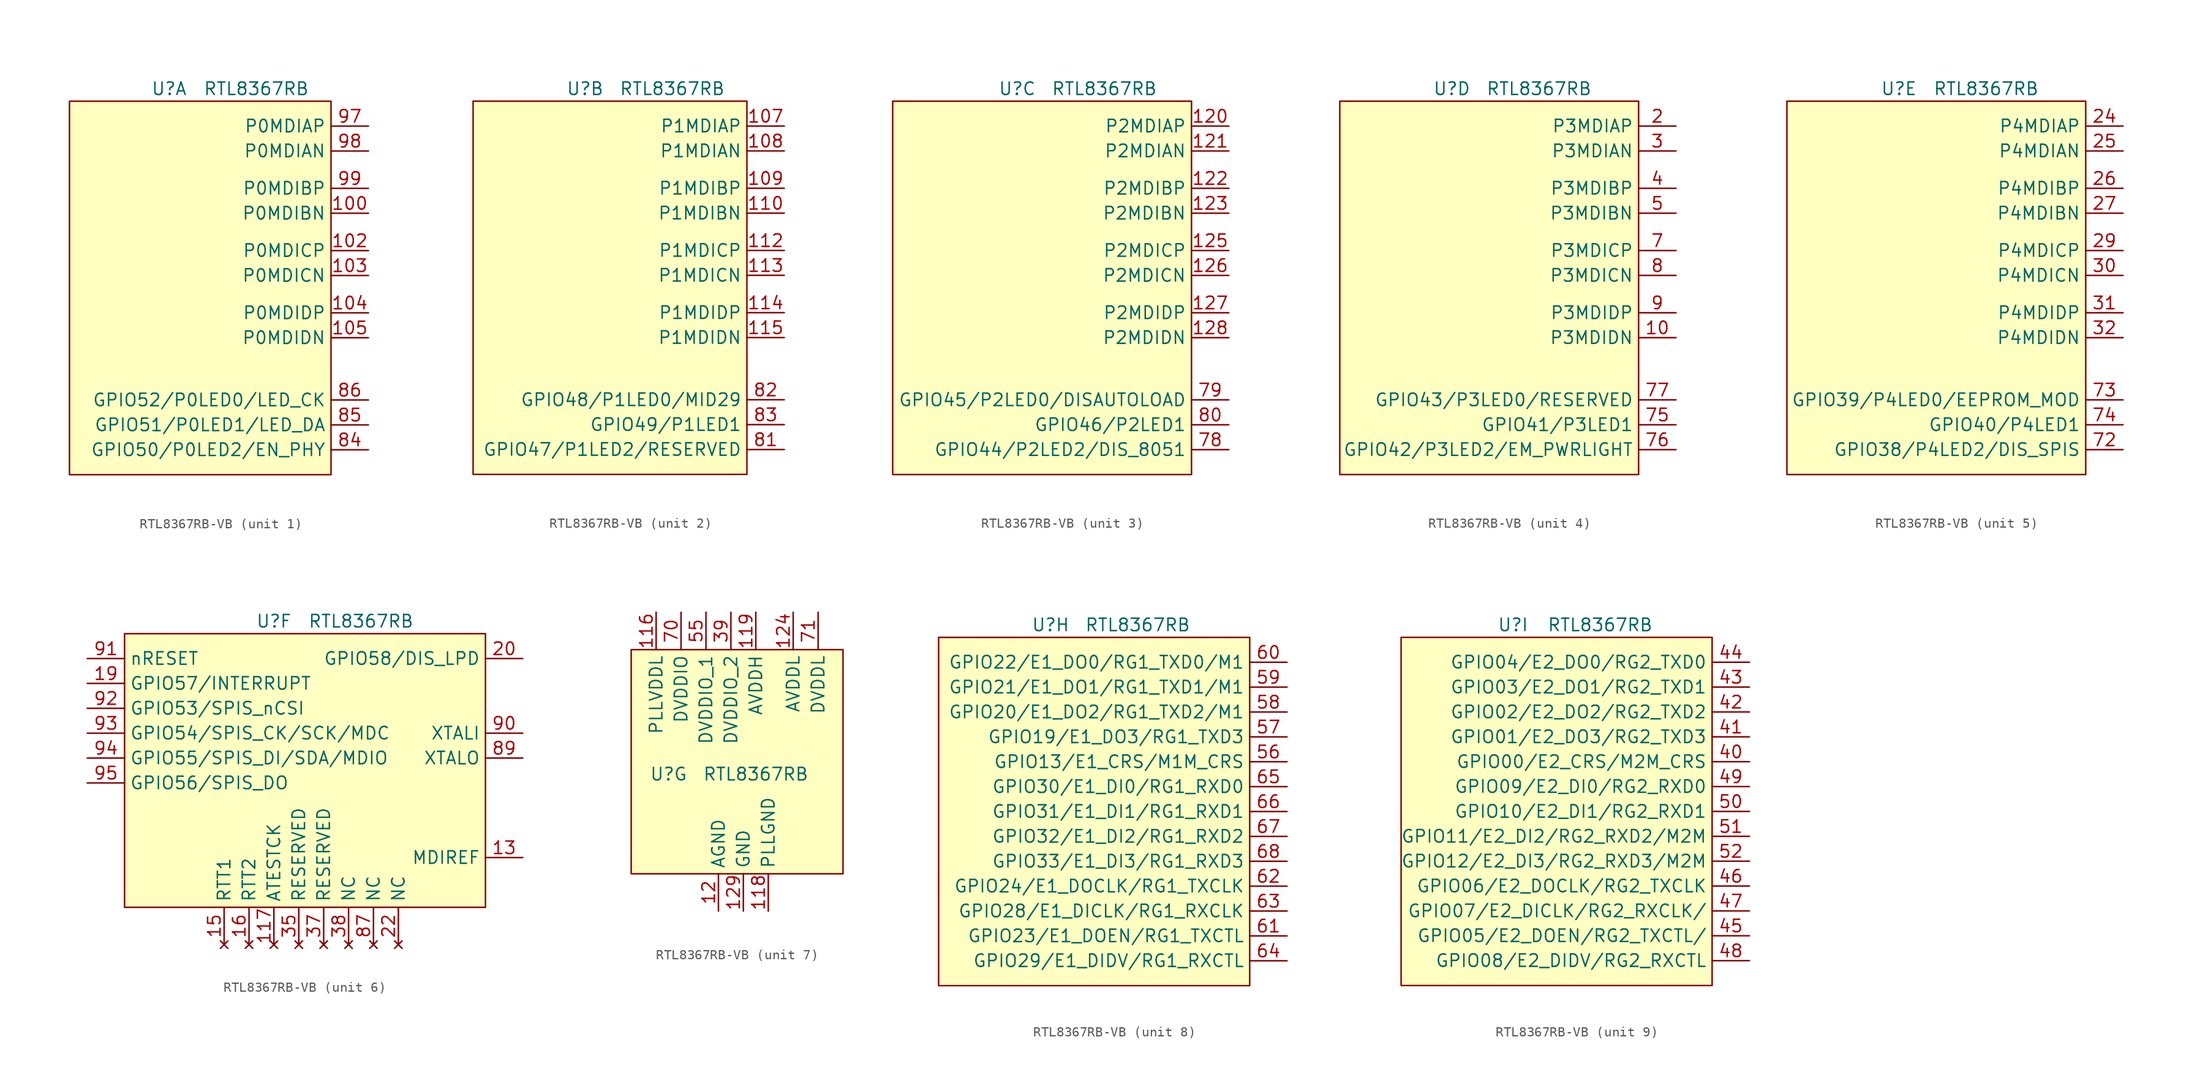
<source format=kicad_sym>
(kicad_symbol_lib
  (version 20220914)
  (generator kicad_symbol_editor)
  (symbol "RTL8367RB-VB"
    (property "Reference" "U"
      (at -3.81 19.05 0)
      (effects (font (size 1.27 1.27))))
    (property "Value" "RTL8367RB"
      (at 5.08 19.05 0)
      (effects (font (size 1.27 1.27))))
    (property "ki_locked" ""
      (at 0 0 0)
      (effects (font (size 1.27 1.27))))
    (symbol "RTL8367RB-VB_1_0"
      (pin bidirectional line (at 16.51 6.35 180) (length 3.81) (name "P0MDIBN" (effects (font (size 1.27 1.27)))) (number "100" (effects (font (size 1.27 1.27)))))
      (pin bidirectional line (at 16.51 2.54 180) (length 3.81) (name "P0MDICP" (effects (font (size 1.27 1.27)))) (number "102" (effects (font (size 1.27 1.27)))))
      (pin bidirectional line (at 16.51 0 180) (length 3.81) (name "P0MDICN" (effects (font (size 1.27 1.27)))) (number "103" (effects (font (size 1.27 1.27)))))
      (pin bidirectional line (at 16.51 -3.81 180) (length 3.81) (name "P0MDIDP" (effects (font (size 1.27 1.27)))) (number "104" (effects (font (size 1.27 1.27)))))
      (pin bidirectional line (at 16.51 -6.35 180) (length 3.81) (name "P0MDIDN" (effects (font (size 1.27 1.27)))) (number "105" (effects (font (size 1.27 1.27)))))
      (pin bidirectional line (at 16.51 -17.78 180) (length 3.81) (name "GPIO50/P0LED2/EN_PHY" (effects (font (size 1.27 1.27)))) (number "84" (effects (font (size 1.27 1.27)))))
      (pin bidirectional line (at 16.51 -15.24 180) (length 3.81) (name "GPIO51/P0LED1/LED_DA" (effects (font (size 1.27 1.27)))) (number "85" (effects (font (size 1.27 1.27)))))
      (pin bidirectional line (at 16.51 -12.7 180) (length 3.81) (name "GPIO52/P0LED0/LED_CK" (effects (font (size 1.27 1.27)))) (number "86" (effects (font (size 1.27 1.27)))))
      (pin bidirectional line (at 16.51 15.24 180) (length 3.81) (name "P0MDIAP" (effects (font (size 1.27 1.27)))) (number "97" (effects (font (size 1.27 1.27)))))
      (pin bidirectional line (at 16.51 12.7 180) (length 3.81) (name "P0MDIAN" (effects (font (size 1.27 1.27)))) (number "98" (effects (font (size 1.27 1.27)))))
      (pin bidirectional line (at 16.51 8.89 180) (length 3.81) (name "P0MDIBP" (effects (font (size 1.27 1.27)))) (number "99" (effects (font (size 1.27 1.27))))))
    (symbol "RTL8367RB-VB_1_1"
      (rectangle (start -13.97 17.78) (end 12.7 -20.32) (stroke (width 0) (type default)) (fill (type background))))
    (symbol "RTL8367RB-VB_2_0"
      (pin bidirectional line (at 16.51 15.24 180) (length 3.81) (name "P1MDIAP" (effects (font (size 1.27 1.27)))) (number "107" (effects (font (size 1.27 1.27)))))
      (pin bidirectional line (at 16.51 12.7 180) (length 3.81) (name "P1MDIAN" (effects (font (size 1.27 1.27)))) (number "108" (effects (font (size 1.27 1.27)))))
      (pin bidirectional line (at 16.51 8.89 180) (length 3.81) (name "P1MDIBP" (effects (font (size 1.27 1.27)))) (number "109" (effects (font (size 1.27 1.27)))))
      (pin bidirectional line (at 16.51 6.35 180) (length 3.81) (name "P1MDIBN" (effects (font (size 1.27 1.27)))) (number "110" (effects (font (size 1.27 1.27)))))
      (pin bidirectional line (at 16.51 2.54 180) (length 3.81) (name "P1MDICP" (effects (font (size 1.27 1.27)))) (number "112" (effects (font (size 1.27 1.27)))))
      (pin bidirectional line (at 16.51 0 180) (length 3.81) (name "P1MDICN" (effects (font (size 1.27 1.27)))) (number "113" (effects (font (size 1.27 1.27)))))
      (pin bidirectional line (at 16.51 -3.81 180) (length 3.81) (name "P1MDIDP" (effects (font (size 1.27 1.27)))) (number "114" (effects (font (size 1.27 1.27)))))
      (pin bidirectional line (at 16.51 -6.35 180) (length 3.81) (name "P1MDIDN" (effects (font (size 1.27 1.27)))) (number "115" (effects (font (size 1.27 1.27)))))
      (pin bidirectional line (at 16.51 -17.78 180) (length 3.81) (name "GPIO47/P1LED2/RESERVED" (effects (font (size 1.27 1.27)))) (number "81" (effects (font (size 1.27 1.27)))))
      (pin bidirectional line (at 16.51 -12.7 180) (length 3.81) (name "GPIO48/P1LED0/MID29" (effects (font (size 1.27 1.27)))) (number "82" (effects (font (size 1.27 1.27)))))
      (pin bidirectional line (at 16.51 -15.24 180) (length 3.81) (name "GPIO49/P1LED1" (effects (font (size 1.27 1.27)))) (number "83" (effects (font (size 1.27 1.27))))))
    (symbol "RTL8367RB-VB_2_1"
      (rectangle (start -15.24 17.78) (end 12.7 -20.32) (stroke (width 0) (type default)) (fill (type background))))
    (symbol "RTL8367RB-VB_3_0"
      (pin bidirectional line (at 17.78 15.24 180) (length 3.81) (name "P2MDIAP" (effects (font (size 1.27 1.27)))) (number "120" (effects (font (size 1.27 1.27)))))
      (pin bidirectional line (at 17.78 12.7 180) (length 3.81) (name "P2MDIAN" (effects (font (size 1.27 1.27)))) (number "121" (effects (font (size 1.27 1.27)))))
      (pin bidirectional line (at 17.78 8.89 180) (length 3.81) (name "P2MDIBP" (effects (font (size 1.27 1.27)))) (number "122" (effects (font (size 1.27 1.27)))))
      (pin bidirectional line (at 17.78 6.35 180) (length 3.81) (name "P2MDIBN" (effects (font (size 1.27 1.27)))) (number "123" (effects (font (size 1.27 1.27)))))
      (pin bidirectional line (at 17.78 2.54 180) (length 3.81) (name "P2MDICP" (effects (font (size 1.27 1.27)))) (number "125" (effects (font (size 1.27 1.27)))))
      (pin bidirectional line (at 17.78 0 180) (length 3.81) (name "P2MDICN" (effects (font (size 1.27 1.27)))) (number "126" (effects (font (size 1.27 1.27)))))
      (pin bidirectional line (at 17.78 -3.81 180) (length 3.81) (name "P2MDIDP" (effects (font (size 1.27 1.27)))) (number "127" (effects (font (size 1.27 1.27)))))
      (pin bidirectional line (at 17.78 -6.35 180) (length 3.81) (name "P2MDIDN" (effects (font (size 1.27 1.27)))) (number "128" (effects (font (size 1.27 1.27)))))
      (pin bidirectional line (at 17.78 -17.78 180) (length 3.81) (name "GPIO44/P2LED2/DIS_8051" (effects (font (size 1.27 1.27)))) (number "78" (effects (font (size 1.27 1.27)))))
      (pin bidirectional line (at 17.78 -12.7 180) (length 3.81) (name "GPIO45/P2LED0/DISAUTOLOAD" (effects (font (size 1.27 1.27)))) (number "79" (effects (font (size 1.27 1.27)))))
      (pin bidirectional line (at 17.78 -15.24 180) (length 3.81) (name "GPIO46/P2LED1" (effects (font (size 1.27 1.27)))) (number "80" (effects (font (size 1.27 1.27))))))
    (symbol "RTL8367RB-VB_3_1"
      (rectangle (start -16.51 17.78) (end 13.97 -20.32) (stroke (width 0) (type default)) (fill (type background))))
    (symbol "RTL8367RB-VB_4_0"
      (pin bidirectional line (at 19.05 -6.35 180) (length 3.81) (name "P3MDIDN" (effects (font (size 1.27 1.27)))) (number "10" (effects (font (size 1.27 1.27)))))
      (pin bidirectional line (at 19.05 15.24 180) (length 3.81) (name "P3MDIAP" (effects (font (size 1.27 1.27)))) (number "2" (effects (font (size 1.27 1.27)))))
      (pin bidirectional line (at 19.05 12.7 180) (length 3.81) (name "P3MDIAN" (effects (font (size 1.27 1.27)))) (number "3" (effects (font (size 1.27 1.27)))))
      (pin bidirectional line (at 19.05 8.89 180) (length 3.81) (name "P3MDIBP" (effects (font (size 1.27 1.27)))) (number "4" (effects (font (size 1.27 1.27)))))
      (pin bidirectional line (at 19.05 6.35 180) (length 3.81) (name "P3MDIBN" (effects (font (size 1.27 1.27)))) (number "5" (effects (font (size 1.27 1.27)))))
      (pin bidirectional line (at 19.05 2.54 180) (length 3.81) (name "P3MDICP" (effects (font (size 1.27 1.27)))) (number "7" (effects (font (size 1.27 1.27)))))
      (pin bidirectional line (at 19.05 -15.24 180) (length 3.81) (name "GPIO41/P3LED1" (effects (font (size 1.27 1.27)))) (number "75" (effects (font (size 1.27 1.27)))))
      (pin bidirectional line (at 19.05 -17.78 180) (length 3.81) (name "GPIO42/P3LED2/EM_PWRLIGHT" (effects (font (size 1.27 1.27)))) (number "76" (effects (font (size 1.27 1.27)))))
      (pin bidirectional line (at 19.05 -12.7 180) (length 3.81) (name "GPIO43/P3LED0/RESERVED" (effects (font (size 1.27 1.27)))) (number "77" (effects (font (size 1.27 1.27)))))
      (pin bidirectional line (at 19.05 0 180) (length 3.81) (name "P3MDICN" (effects (font (size 1.27 1.27)))) (number "8" (effects (font (size 1.27 1.27)))))
      (pin bidirectional line (at 19.05 -3.81 180) (length 3.81) (name "P3MDIDP" (effects (font (size 1.27 1.27)))) (number "9" (effects (font (size 1.27 1.27))))))
    (symbol "RTL8367RB-VB_4_1"
      (rectangle (start -15.24 17.78) (end 15.24 -20.32) (stroke (width 0) (type default)) (fill (type background))))
    (symbol "RTL8367RB-VB_5_0"
      (pin bidirectional line (at 19.05 15.24 180) (length 3.81) (name "P4MDIAP" (effects (font (size 1.27 1.27)))) (number "24" (effects (font (size 1.27 1.27)))))
      (pin bidirectional line (at 19.05 12.7 180) (length 3.81) (name "P4MDIAN" (effects (font (size 1.27 1.27)))) (number "25" (effects (font (size 1.27 1.27)))))
      (pin bidirectional line (at 19.05 8.89 180) (length 3.81) (name "P4MDIBP" (effects (font (size 1.27 1.27)))) (number "26" (effects (font (size 1.27 1.27)))))
      (pin bidirectional line (at 19.05 6.35 180) (length 3.81) (name "P4MDIBN" (effects (font (size 1.27 1.27)))) (number "27" (effects (font (size 1.27 1.27)))))
      (pin bidirectional line (at 19.05 2.54 180) (length 3.81) (name "P4MDICP" (effects (font (size 1.27 1.27)))) (number "29" (effects (font (size 1.27 1.27)))))
      (pin bidirectional line (at 19.05 0 180) (length 3.81) (name "P4MDICN" (effects (font (size 1.27 1.27)))) (number "30" (effects (font (size 1.27 1.27)))))
      (pin bidirectional line (at 19.05 -3.81 180) (length 3.81) (name "P4MDIDP" (effects (font (size 1.27 1.27)))) (number "31" (effects (font (size 1.27 1.27)))))
      (pin bidirectional line (at 19.05 -6.35 180) (length 3.81) (name "P4MDIDN" (effects (font (size 1.27 1.27)))) (number "32" (effects (font (size 1.27 1.27)))))
      (pin bidirectional line (at 19.05 -17.78 180) (length 3.81) (name "GPIO38/P4LED2/DIS_SPIS" (effects (font (size 1.27 1.27)))) (number "72" (effects (font (size 1.27 1.27)))))
      (pin bidirectional line (at 19.05 -12.7 180) (length 3.81) (name "GPIO39/P4LED0/EEPROM_MOD" (effects (font (size 1.27 1.27)))) (number "73" (effects (font (size 1.27 1.27)))))
      (pin bidirectional line (at 19.05 -15.24 180) (length 3.81) (name "GPIO40/P4LED1" (effects (font (size 1.27 1.27)))) (number "74" (effects (font (size 1.27 1.27))))))
    (symbol "RTL8367RB-VB_5_1"
      (rectangle (start -15.24 17.78) (end 15.24 -20.32) (stroke (width 0) (type default)) (fill (type background))))
    (symbol "RTL8367RB-VB_6_0"
      (pin no_connect line (at -3.81 -13.97 90) (length 3.81) (name "ATESTCK" (effects (font (size 1.27 1.27)))) (number "117" (effects (font (size 1.27 1.27)))))
      (pin input line (at 21.59 -5.08 180) (length 3.81) (name "MDIREF" (effects (font (size 1.27 1.27)))) (number "13" (effects (font (size 1.27 1.27)))))
      (pin no_connect line (at -8.89 -13.97 90) (length 3.81) (name "RTT1" (effects (font (size 1.27 1.27)))) (number "15" (effects (font (size 1.27 1.27)))))
      (pin no_connect line (at -6.35 -13.97 90) (length 3.81) (name "RTT2" (effects (font (size 1.27 1.27)))) (number "16" (effects (font (size 1.27 1.27)))))
      (pin bidirectional line (at -22.86 12.7 0) (length 3.81) (name "GPIO57/INTERRUPT" (effects (font (size 1.27 1.27)))) (number "19" (effects (font (size 1.27 1.27)))))
      (pin bidirectional line (at 21.59 15.24 180) (length 3.81) (name "GPIO58/DIS_LPD" (effects (font (size 1.27 1.27)))) (number "20" (effects (font (size 1.27 1.27)))))
      (pin no_connect line (at 8.89 -13.97 90) (length 3.81) (name "NC" (effects (font (size 1.27 1.27)))) (number "22" (effects (font (size 1.27 1.27)))))
      (pin no_connect line (at -1.27 -13.97 90) (length 3.81) (name "RESERVED" (effects (font (size 1.27 1.27)))) (number "35" (effects (font (size 1.27 1.27)))))
      (pin no_connect line (at 1.27 -13.97 90) (length 3.81) (name "RESERVED" (effects (font (size 1.27 1.27)))) (number "37" (effects (font (size 1.27 1.27)))))
      (pin no_connect line (at 3.81 -13.97 90) (length 3.81) (name "NC" (effects (font (size 1.27 1.27)))) (number "38" (effects (font (size 1.27 1.27)))))
      (pin no_connect line (at 6.35 -13.97 90) (length 3.81) (name "NC" (effects (font (size 1.27 1.27)))) (number "87" (effects (font (size 1.27 1.27)))))
      (pin output line (at 21.59 5.08 180) (length 3.81) (name "XTALO" (effects (font (size 1.27 1.27)))) (number "89" (effects (font (size 1.27 1.27)))))
      (pin input line (at 21.59 7.62 180) (length 3.81) (name "XTALI" (effects (font (size 1.27 1.27)))) (number "90" (effects (font (size 1.27 1.27)))))
      (pin input line (at -22.86 15.24 0) (length 3.81) (name "nRESET" (effects (font (size 1.27 1.27)))) (number "91" (effects (font (size 1.27 1.27)))))
      (pin bidirectional line (at -22.86 10.16 0) (length 3.81) (name "GPIO53/SPIS_nCSI" (effects (font (size 1.27 1.27)))) (number "92" (effects (font (size 1.27 1.27)))))
      (pin bidirectional line (at -22.86 7.62 0) (length 3.81) (name "GPIO54/SPIS_CK/SCK/MDC" (effects (font (size 1.27 1.27)))) (number "93" (effects (font (size 1.27 1.27)))))
      (pin bidirectional line (at -22.86 5.08 0) (length 3.81) (name "GPIO55/SPIS_DI/SDA/MDIO" (effects (font (size 1.27 1.27)))) (number "94" (effects (font (size 1.27 1.27)))))
      (pin bidirectional line (at -22.86 2.54 0) (length 3.81) (name "GPIO56/SPIS_DO" (effects (font (size 1.27 1.27)))) (number "95" (effects (font (size 1.27 1.27))))))
    (symbol "RTL8367RB-VB_6_1"
      (rectangle (start -19.05 17.78) (end 17.78 -10.16) (stroke (width 0) (type default)) (fill (type background))))
    (symbol "RTL8367RB-VB_7_0"
      (pin power_in line (at 5.08 35.56 270) (length 3.81) hide (name "AVDDH" (effects (font (size 1.27 1.27)))) (number "1" (effects (font (size 1.27 1.27)))))
      (pin power_in line (at 8.89 35.56 270) (length 3.81) hide (name "AVDDL" (effects (font (size 1.27 1.27)))) (number "101" (effects (font (size 1.27 1.27)))))
      (pin power_in line (at 5.08 35.56 270) (length 3.81) hide (name "AVDDH" (effects (font (size 1.27 1.27)))) (number "106" (effects (font (size 1.27 1.27)))))
      (pin power_in line (at 5.08 35.56 270) (length 3.81) hide (name "AVDDH" (effects (font (size 1.27 1.27)))) (number "11" (effects (font (size 1.27 1.27)))))
      (pin power_in line (at 8.89 35.56 270) (length 3.81) hide (name "AVDDL" (effects (font (size 1.27 1.27)))) (number "111" (effects (font (size 1.27 1.27)))))
      (pin power_in line (at -5.08 35.56 270) (length 3.81) (name "PLLVDDL" (effects (font (size 1.27 1.27)))) (number "116" (effects (font (size 1.27 1.27)))))
      (pin power_in line (at 6.35 5.08 90) (length 3.81) (name "PLLGND" (effects (font (size 1.27 1.27)))) (number "118" (effects (font (size 1.27 1.27)))))
      (pin power_in line (at 5.08 35.56 270) (length 3.81) (name "AVDDH" (effects (font (size 1.27 1.27)))) (number "119" (effects (font (size 1.27 1.27)))))
      (pin power_in line (at 1.27 5.08 90) (length 3.81) (name "AGND" (effects (font (size 1.27 1.27)))) (number "12" (effects (font (size 1.27 1.27)))))
      (pin power_in line (at 8.89 35.56 270) (length 3.81) (name "AVDDL" (effects (font (size 1.27 1.27)))) (number "124" (effects (font (size 1.27 1.27)))))
      (pin power_in line (at 3.81 5.08 90) (length 3.81) (name "GND" (effects (font (size 1.27 1.27)))) (number "129" (effects (font (size 1.27 1.27)))))
      (pin power_in line (at 8.89 35.56 270) (length 3.81) hide (name "AVDDL" (effects (font (size 1.27 1.27)))) (number "14" (effects (font (size 1.27 1.27)))))
      (pin power_in line (at 5.08 35.56 270) (length 3.81) hide (name "AVDDH" (effects (font (size 1.27 1.27)))) (number "17" (effects (font (size 1.27 1.27)))))
      (pin power_in line (at -2.54 35.56 270) (length 3.81) hide (name "DVDDIO" (effects (font (size 1.27 1.27)))) (number "18" (effects (font (size 1.27 1.27)))))
      (pin power_in line (at 11.43 35.56 270) (length 3.81) hide (name "DVDDL" (effects (font (size 1.27 1.27)))) (number "21" (effects (font (size 1.27 1.27)))))
      (pin power_in line (at 5.08 35.56 270) (length 3.81) hide (name "AVDDH" (effects (font (size 1.27 1.27)))) (number "23" (effects (font (size 1.27 1.27)))))
      (pin power_in line (at 8.89 35.56 270) (length 3.81) hide (name "AVDDL" (effects (font (size 1.27 1.27)))) (number "28" (effects (font (size 1.27 1.27)))))
      (pin power_in line (at 5.08 35.56 270) (length 3.81) hide (name "AVDDH" (effects (font (size 1.27 1.27)))) (number "33" (effects (font (size 1.27 1.27)))))
      (pin power_in line (at 8.89 35.56 270) (length 3.81) hide (name "AVDDL" (effects (font (size 1.27 1.27)))) (number "34" (effects (font (size 1.27 1.27)))))
      (pin power_in line (at 5.08 35.56 270) (length 3.81) hide (name "AVDDH" (effects (font (size 1.27 1.27)))) (number "36" (effects (font (size 1.27 1.27)))))
      (pin power_in line (at 2.54 35.56 270) (length 3.81) (name "DVDDIO_2" (effects (font (size 1.27 1.27)))) (number "39" (effects (font (size 1.27 1.27)))))
      (pin power_in line (at 11.43 35.56 270) (length 3.81) hide (name "DVDDL" (effects (font (size 1.27 1.27)))) (number "53" (effects (font (size 1.27 1.27)))))
      (pin power_in line (at 2.54 35.56 270) (length 3.81) hide (name "DVDDIO_2" (effects (font (size 1.27 1.27)))) (number "54" (effects (font (size 1.27 1.27)))))
      (pin power_in line (at 0 35.56 270) (length 3.81) (name "DVDDIO_1" (effects (font (size 1.27 1.27)))) (number "55" (effects (font (size 1.27 1.27)))))
      (pin power_in line (at 8.89 35.56 270) (length 3.81) hide (name "AVDDL" (effects (font (size 1.27 1.27)))) (number "6" (effects (font (size 1.27 1.27)))))
      (pin power_in line (at 0 35.56 270) (length 3.81) hide (name "DVDDIO_1" (effects (font (size 1.27 1.27)))) (number "69" (effects (font (size 1.27 1.27)))))
      (pin power_in line (at -2.54 35.56 270) (length 3.81) (name "DVDDIO" (effects (font (size 1.27 1.27)))) (number "70" (effects (font (size 1.27 1.27)))))
      (pin power_in line (at 11.43 35.56 270) (length 3.81) (name "DVDDL" (effects (font (size 1.27 1.27)))) (number "71" (effects (font (size 1.27 1.27)))))
      (pin power_in line (at 5.08 35.56 270) (length 3.81) hide (name "AVDDH" (effects (font (size 1.27 1.27)))) (number "88" (effects (font (size 1.27 1.27)))))
      (pin power_in line (at 5.08 35.56 270) (length 3.81) hide (name "AVDDH" (effects (font (size 1.27 1.27)))) (number "96" (effects (font (size 1.27 1.27))))))
    (symbol "RTL8367RB-VB_7_1"
      (rectangle (start -7.62 31.75) (end 13.97 8.89) (stroke (width 0) (type default)) (fill (type background))))
    (symbol "RTL8367RB-VB_8_0"
      (pin bidirectional line (at 20.32 5.08 180) (length 3.81) (name "GPIO13/E1_CRS/M1M_CRS" (effects (font (size 1.27 1.27)))) (number "56" (effects (font (size 1.27 1.27)))))
      (pin bidirectional line (at 20.32 7.62 180) (length 3.81) (name "GPIO19/E1_DO3/RG1_TXD3" (effects (font (size 1.27 1.27)))) (number "57" (effects (font (size 1.27 1.27)))))
      (pin bidirectional line (at 20.32 10.16 180) (length 3.81) (name "GPIO20/E1_DO2/RG1_TXD2/M1" (effects (font (size 1.27 1.27)))) (number "58" (effects (font (size 1.27 1.27)))))
      (pin bidirectional line (at 20.32 12.7 180) (length 3.81) (name "GPIO21/E1_DO1/RG1_TXD1/M1" (effects (font (size 1.27 1.27)))) (number "59" (effects (font (size 1.27 1.27)))))
      (pin bidirectional line (at 20.32 15.24 180) (length 3.81) (name "GPIO22/E1_DO0/RG1_TXD0/M1" (effects (font (size 1.27 1.27)))) (number "60" (effects (font (size 1.27 1.27)))))
      (pin bidirectional line (at 20.32 -12.7 180) (length 3.81) (name "GPIO23/E1_DOEN/RG1_TXCTL" (effects (font (size 1.27 1.27)))) (number "61" (effects (font (size 1.27 1.27)))))
      (pin bidirectional line (at 20.32 -7.62 180) (length 3.81) (name "GPIO24/E1_DOCLK/RG1_TXCLK" (effects (font (size 1.27 1.27)))) (number "62" (effects (font (size 1.27 1.27)))))
      (pin bidirectional line (at 20.32 -10.16 180) (length 3.81) (name "GPIO28/E1_DICLK/RG1_RXCLK" (effects (font (size 1.27 1.27)))) (number "63" (effects (font (size 1.27 1.27)))))
      (pin bidirectional line (at 20.32 -15.24 180) (length 3.81) (name "GPIO29/E1_DIDV/RG1_RXCTL" (effects (font (size 1.27 1.27)))) (number "64" (effects (font (size 1.27 1.27)))))
      (pin bidirectional line (at 20.32 2.54 180) (length 3.81) (name "GPIO30/E1_DI0/RG1_RXD0" (effects (font (size 1.27 1.27)))) (number "65" (effects (font (size 1.27 1.27)))))
      (pin bidirectional line (at 20.32 0 180) (length 3.81) (name "GPIO31/E1_DI1/RG1_RXD1" (effects (font (size 1.27 1.27)))) (number "66" (effects (font (size 1.27 1.27)))))
      (pin bidirectional line (at 20.32 -2.54 180) (length 3.81) (name "GPIO32/E1_DI2/RG1_RXD2" (effects (font (size 1.27 1.27)))) (number "67" (effects (font (size 1.27 1.27)))))
      (pin bidirectional line (at 20.32 -5.08 180) (length 3.81) (name "GPIO33/E1_DI3/RG1_RXD3" (effects (font (size 1.27 1.27)))) (number "68" (effects (font (size 1.27 1.27))))))
    (symbol "RTL8367RB-VB_8_1"
      (rectangle (start -15.24 17.78) (end 16.51 -17.78) (stroke (width 0) (type default)) (fill (type background))))
    (symbol "RTL8367RB-VB_9_0"
      (pin bidirectional line (at 20.32 5.08 180) (length 3.81) (name "GPIO00/E2_CRS/M2M_CRS" (effects (font (size 1.27 1.27)))) (number "40" (effects (font (size 1.27 1.27)))))
      (pin bidirectional line (at 20.32 7.62 180) (length 3.81) (name "GPIO01/E2_DO3/RG2_TXD3" (effects (font (size 1.27 1.27)))) (number "41" (effects (font (size 1.27 1.27)))))
      (pin bidirectional line (at 20.32 10.16 180) (length 3.81) (name "GPIO02/E2_DO2/RG2_TXD2" (effects (font (size 1.27 1.27)))) (number "42" (effects (font (size 1.27 1.27)))))
      (pin bidirectional line (at 20.32 12.7 180) (length 3.81) (name "GPIO03/E2_DO1/RG2_TXD1" (effects (font (size 1.27 1.27)))) (number "43" (effects (font (size 1.27 1.27)))))
      (pin bidirectional line (at 20.32 15.24 180) (length 3.81) (name "GPIO04/E2_DO0/RG2_TXD0" (effects (font (size 1.27 1.27)))) (number "44" (effects (font (size 1.27 1.27)))))
      (pin bidirectional line (at 20.32 -12.7 180) (length 3.81) (name "GPIO05/E2_DOEN/RG2_TXCTL/" (effects (font (size 1.27 1.27)))) (number "45" (effects (font (size 1.27 1.27)))))
      (pin bidirectional line (at 20.32 -7.62 180) (length 3.81) (name "GPIO06/E2_DOCLK/RG2_TXCLK" (effects (font (size 1.27 1.27)))) (number "46" (effects (font (size 1.27 1.27)))))
      (pin bidirectional line (at 20.32 -10.16 180) (length 3.81) (name "GPIO07/E2_DICLK/RG2_RXCLK/" (effects (font (size 1.27 1.27)))) (number "47" (effects (font (size 1.27 1.27)))))
      (pin bidirectional line (at 20.32 -15.24 180) (length 3.81) (name "GPIO08/E2_DIDV/RG2_RXCTL" (effects (font (size 1.27 1.27)))) (number "48" (effects (font (size 1.27 1.27)))))
      (pin bidirectional line (at 20.32 2.54 180) (length 3.81) (name "GPIO09/E2_DI0/RG2_RXD0" (effects (font (size 1.27 1.27)))) (number "49" (effects (font (size 1.27 1.27)))))
      (pin bidirectional line (at 20.32 0 180) (length 3.81) (name "GPIO10/E2_DI1/RG2_RXD1" (effects (font (size 1.27 1.27)))) (number "50" (effects (font (size 1.27 1.27)))))
      (pin bidirectional line (at 20.32 -2.54 180) (length 3.81) (name "GPIO11/E2_DI2/RG2_RXD2/M2M" (effects (font (size 1.27 1.27)))) (number "51" (effects (font (size 1.27 1.27)))))
      (pin bidirectional line (at 20.32 -5.08 180) (length 3.81) (name "GPIO12/E2_DI3/RG2_RXD3/M2M" (effects (font (size 1.27 1.27)))) (number "52" (effects (font (size 1.27 1.27))))))
    (symbol "RTL8367RB-VB_9_1"
      (rectangle (start -15.24 17.78) (end 16.51 -17.78) (stroke (width 0) (type default)) (fill (type background))))))
</source>
